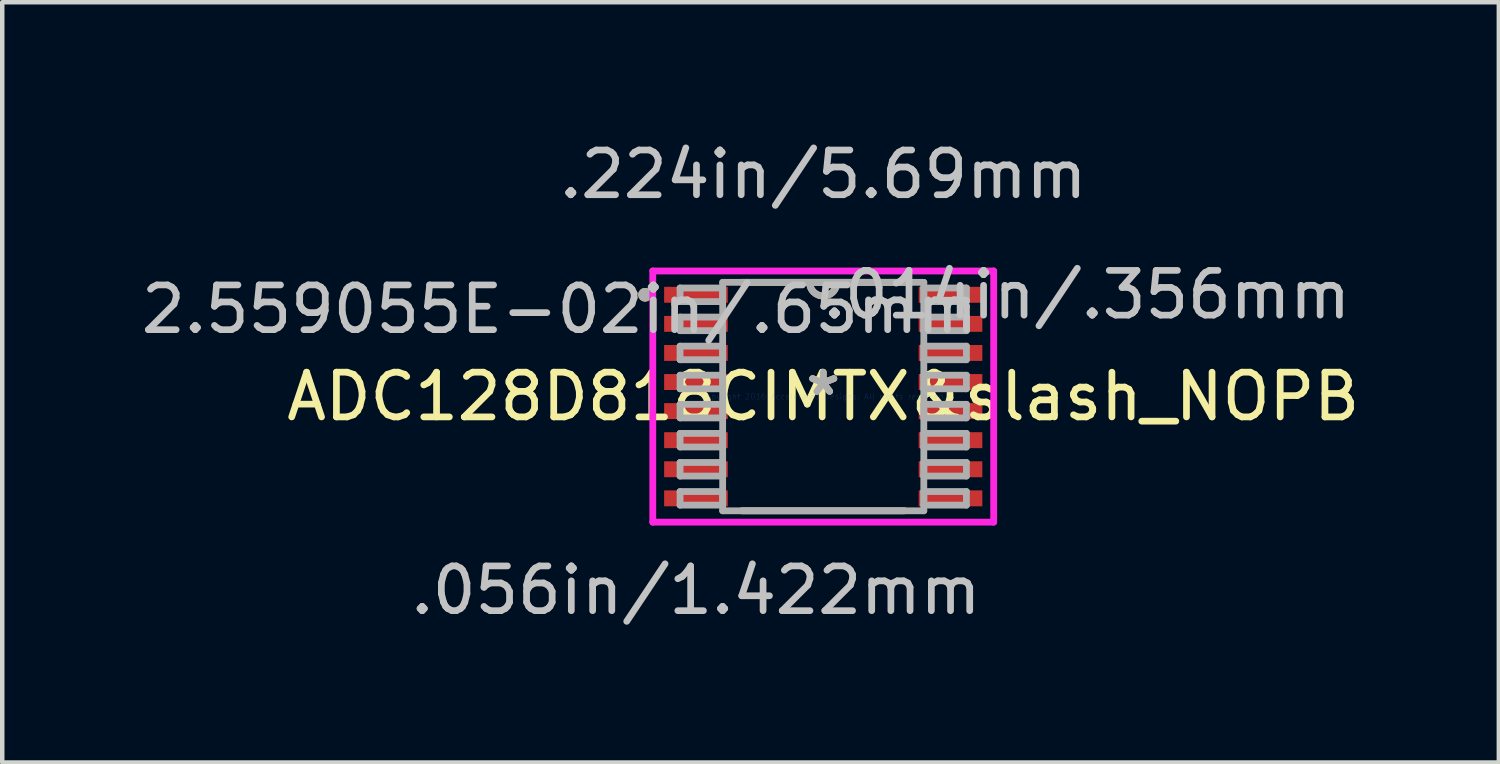
<source format=kicad_pcb>
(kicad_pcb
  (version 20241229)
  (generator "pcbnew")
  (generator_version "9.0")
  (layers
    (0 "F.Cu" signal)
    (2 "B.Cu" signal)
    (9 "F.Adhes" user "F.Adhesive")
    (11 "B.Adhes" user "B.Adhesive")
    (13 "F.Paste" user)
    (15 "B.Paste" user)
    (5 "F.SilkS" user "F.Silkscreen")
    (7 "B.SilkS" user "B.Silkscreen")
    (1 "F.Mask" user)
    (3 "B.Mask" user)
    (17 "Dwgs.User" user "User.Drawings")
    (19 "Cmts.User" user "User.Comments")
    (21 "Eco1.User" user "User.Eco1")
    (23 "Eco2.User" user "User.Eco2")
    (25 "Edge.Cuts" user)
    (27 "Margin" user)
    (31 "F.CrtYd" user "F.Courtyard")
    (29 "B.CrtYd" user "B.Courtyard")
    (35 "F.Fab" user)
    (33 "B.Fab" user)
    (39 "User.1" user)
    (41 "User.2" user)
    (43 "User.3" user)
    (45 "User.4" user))
  (footprint "ADC128D818CIMTX&slash_NOPB"
    (layer "F.Cu")
    (at 15.351 5.814)
    (property "Reference" "ADC128D818CIMTX&slash_NOPB" (at 0 0 0) (layer "F.SilkS") (effects (font (size 1 1) (thickness 0.15))))
    (attr through_hole)
    (fp_line (start -1.816 2.553) (end 1.816 2.553) (stroke (width 0.152) (type solid)) (layer "F.SilkS"))
    (fp_line (start 1.816 -2.553) (end -1.816 -2.553) (stroke (width 0.152) (type solid)) (layer "F.SilkS"))
    (fp_arc (start 0.3048 -2.5527) (mid 0 -2.2479) (end -0.3048 -2.5527) (stroke (width 0.1524) (type solid)) (layer "F.SilkS"))
    (fp_circle (center -3.983 -2.275) (end -3.906 -2.275) (stroke (width 0.152) (type solid)) (fill no) (layer "F.SilkS"))
    (fp_line (start -3.81 -2.807) (end 3.81 -2.807) (stroke (width 0.152) (type solid)) (layer "F.CrtYd"))
    (fp_line (start -3.81 2.807) (end -3.81 -2.807) (stroke (width 0.152) (type solid)) (layer "F.CrtYd"))
    (fp_line (start 3.81 -2.807) (end 3.81 2.807) (stroke (width 0.152) (type solid)) (layer "F.CrtYd"))
    (fp_line (start 3.81 2.807) (end -3.81 2.807) (stroke (width 0.152) (type solid)) (layer "F.CrtYd"))
    (fp_line (start -3.2 -2.427) (end -3.2 -2.123) (stroke (width 0.152) (type solid)) (layer "F.Fab"))
    (fp_line (start -3.2 -2.123) (end -2.248 -2.123) (stroke (width 0.152) (type solid)) (layer "F.Fab"))
    (fp_line (start -3.2 -1.777) (end -3.2 -1.473) (stroke (width 0.152) (type solid)) (layer "F.Fab"))
    (fp_line (start -3.2 -1.473) (end -2.248 -1.473) (stroke (width 0.152) (type solid)) (layer "F.Fab"))
    (fp_line (start -3.2 -1.127) (end -3.2 -0.823) (stroke (width 0.152) (type solid)) (layer "F.Fab"))
    (fp_line (start -3.2 -0.823) (end -2.248 -0.823) (stroke (width 0.152) (type solid)) (layer "F.Fab"))
    (fp_line (start -3.2 -0.477) (end -3.2 -0.173) (stroke (width 0.152) (type solid)) (layer "F.Fab"))
    (fp_line (start -3.2 -0.173) (end -2.248 -0.173) (stroke (width 0.152) (type solid)) (layer "F.Fab"))
    (fp_line (start -3.2 0.173) (end -3.2 0.477) (stroke (width 0.152) (type solid)) (layer "F.Fab"))
    (fp_line (start -3.2 0.477) (end -2.248 0.477) (stroke (width 0.152) (type solid)) (layer "F.Fab"))
    (fp_line (start -3.2 0.823) (end -3.2 1.127) (stroke (width 0.152) (type solid)) (layer "F.Fab"))
    (fp_line (start -3.2 1.127) (end -2.248 1.127) (stroke (width 0.152) (type solid)) (layer "F.Fab"))
    (fp_line (start -3.2 1.473) (end -3.2 1.777) (stroke (width 0.152) (type solid)) (layer "F.Fab"))
    (fp_line (start -3.2 1.777) (end -2.248 1.777) (stroke (width 0.152) (type solid)) (layer "F.Fab"))
    (fp_line (start -3.2 2.123) (end -3.2 2.427) (stroke (width 0.152) (type solid)) (layer "F.Fab"))
    (fp_line (start -3.2 2.427) (end -2.248 2.427) (stroke (width 0.152) (type solid)) (layer "F.Fab"))
    (fp_line (start -2.248 -2.553) (end -2.248 2.553) (stroke (width 0.152) (type solid)) (layer "F.Fab"))
    (fp_line (start -2.248 -2.427) (end -3.2 -2.427) (stroke (width 0.152) (type solid)) (layer "F.Fab"))
    (fp_line (start -2.248 -2.123) (end -2.248 -2.427) (stroke (width 0.152) (type solid)) (layer "F.Fab"))
    (fp_line (start -2.248 -1.777) (end -3.2 -1.777) (stroke (width 0.152) (type solid)) (layer "F.Fab"))
    (fp_line (start -2.248 -1.473) (end -2.248 -1.777) (stroke (width 0.152) (type solid)) (layer "F.Fab"))
    (fp_line (start -2.248 -1.127) (end -3.2 -1.127) (stroke (width 0.152) (type solid)) (layer "F.Fab"))
    (fp_line (start -2.248 -0.823) (end -2.248 -1.127) (stroke (width 0.152) (type solid)) (layer "F.Fab"))
    (fp_line (start -2.248 -0.477) (end -3.2 -0.477) (stroke (width 0.152) (type solid)) (layer "F.Fab"))
    (fp_line (start -2.248 -0.173) (end -2.248 -0.477) (stroke (width 0.152) (type solid)) (layer "F.Fab"))
    (fp_line (start -2.248 0.173) (end -3.2 0.173) (stroke (width 0.152) (type solid)) (layer "F.Fab"))
    (fp_line (start -2.248 0.477) (end -2.248 0.173) (stroke (width 0.152) (type solid)) (layer "F.Fab"))
    (fp_line (start -2.248 0.823) (end -3.2 0.823) (stroke (width 0.152) (type solid)) (layer "F.Fab"))
    (fp_line (start -2.248 1.127) (end -2.248 0.823) (stroke (width 0.152) (type solid)) (layer "F.Fab"))
    (fp_line (start -2.248 1.473) (end -3.2 1.473) (stroke (width 0.152) (type solid)) (layer "F.Fab"))
    (fp_line (start -2.248 1.777) (end -2.248 1.473) (stroke (width 0.152) (type solid)) (layer "F.Fab"))
    (fp_line (start -2.248 2.123) (end -3.2 2.123) (stroke (width 0.152) (type solid)) (layer "F.Fab"))
    (fp_line (start -2.248 2.427) (end -2.248 2.123) (stroke (width 0.152) (type solid)) (layer "F.Fab"))
    (fp_line (start -2.248 2.553) (end 2.248 2.553) (stroke (width 0.152) (type solid)) (layer "F.Fab"))
    (fp_line (start 2.248 -2.553) (end -2.248 -2.553) (stroke (width 0.152) (type solid)) (layer "F.Fab"))
    (fp_line (start 2.248 -2.427) (end 2.248 -2.123) (stroke (width 0.152) (type solid)) (layer "F.Fab"))
    (fp_line (start 2.248 -2.123) (end 3.2 -2.123) (stroke (width 0.152) (type solid)) (layer "F.Fab"))
    (fp_line (start 2.248 -1.777) (end 2.248 -1.473) (stroke (width 0.152) (type solid)) (layer "F.Fab"))
    (fp_line (start 2.248 -1.473) (end 3.2 -1.473) (stroke (width 0.152) (type solid)) (layer "F.Fab"))
    (fp_line (start 2.248 -1.127) (end 2.248 -0.823) (stroke (width 0.152) (type solid)) (layer "F.Fab"))
    (fp_line (start 2.248 -0.823) (end 3.2 -0.823) (stroke (width 0.152) (type solid)) (layer "F.Fab"))
    (fp_line (start 2.248 -0.477) (end 2.248 -0.173) (stroke (width 0.152) (type solid)) (layer "F.Fab"))
    (fp_line (start 2.248 -0.173) (end 3.2 -0.173) (stroke (width 0.152) (type solid)) (layer "F.Fab"))
    (fp_line (start 2.248 0.173) (end 2.248 0.477) (stroke (width 0.152) (type solid)) (layer "F.Fab"))
    (fp_line (start 2.248 0.477) (end 3.2 0.477) (stroke (width 0.152) (type solid)) (layer "F.Fab"))
    (fp_line (start 2.248 0.823) (end 2.248 1.127) (stroke (width 0.152) (type solid)) (layer "F.Fab"))
    (fp_line (start 2.248 1.127) (end 3.2 1.127) (stroke (width 0.152) (type solid)) (layer "F.Fab"))
    (fp_line (start 2.248 1.473) (end 2.248 1.777) (stroke (width 0.152) (type solid)) (layer "F.Fab"))
    (fp_line (start 2.248 1.777) (end 3.2 1.777) (stroke (width 0.152) (type solid)) (layer "F.Fab"))
    (fp_line (start 2.248 2.123) (end 2.248 2.427) (stroke (width 0.152) (type solid)) (layer "F.Fab"))
    (fp_line (start 2.248 2.427) (end 3.2 2.427) (stroke (width 0.152) (type solid)) (layer "F.Fab"))
    (fp_line (start 2.248 2.553) (end 2.248 -2.553) (stroke (width 0.152) (type solid)) (layer "F.Fab"))
    (fp_line (start 3.2 -2.427) (end 2.248 -2.427) (stroke (width 0.152) (type solid)) (layer "F.Fab"))
    (fp_line (start 3.2 -2.123) (end 3.2 -2.427) (stroke (width 0.152) (type solid)) (layer "F.Fab"))
    (fp_line (start 3.2 -1.777) (end 2.248 -1.777) (stroke (width 0.152) (type solid)) (layer "F.Fab"))
    (fp_line (start 3.2 -1.473) (end 3.2 -1.777) (stroke (width 0.152) (type solid)) (layer "F.Fab"))
    (fp_line (start 3.2 -1.127) (end 2.248 -1.127) (stroke (width 0.152) (type solid)) (layer "F.Fab"))
    (fp_line (start 3.2 -0.823) (end 3.2 -1.127) (stroke (width 0.152) (type solid)) (layer "F.Fab"))
    (fp_line (start 3.2 -0.477) (end 2.248 -0.477) (stroke (width 0.152) (type solid)) (layer "F.Fab"))
    (fp_line (start 3.2 -0.173) (end 3.2 -0.477) (stroke (width 0.152) (type solid)) (layer "F.Fab"))
    (fp_line (start 3.2 0.173) (end 2.248 0.173) (stroke (width 0.152) (type solid)) (layer "F.Fab"))
    (fp_line (start 3.2 0.477) (end 3.2 0.173) (stroke (width 0.152) (type solid)) (layer "F.Fab"))
    (fp_line (start 3.2 0.823) (end 2.248 0.823) (stroke (width 0.152) (type solid)) (layer "F.Fab"))
    (fp_line (start 3.2 1.127) (end 3.2 0.823) (stroke (width 0.152) (type solid)) (layer "F.Fab"))
    (fp_line (start 3.2 1.473) (end 2.248 1.473) (stroke (width 0.152) (type solid)) (layer "F.Fab"))
    (fp_line (start 3.2 1.777) (end 3.2 1.473) (stroke (width 0.152) (type solid)) (layer "F.Fab"))
    (fp_line (start 3.2 2.123) (end 2.248 2.123) (stroke (width 0.152) (type solid)) (layer "F.Fab"))
    (fp_line (start 3.2 2.427) (end 3.2 2.123) (stroke (width 0.152) (type solid)) (layer "F.Fab"))
    (fp_arc (start 0.3048 -2.5527) (mid 0 -2.2479) (end -0.3048 -2.5527) (stroke (width 0.1524) (type solid)) (layer "F.Fab"))
    (fp_circle (center -3.983 -2.275) (end -3.906 -2.275) (stroke (width 0.152) (type solid)) (fill no) (layer "F.Fab"))
    (fp_text user "*" (at 0 0 0) (layer "F.SilkS") (effects (font (size 1 1) (thickness 0.15))))
    (fp_text user "2.559055E-02in/.65mm" (at -5.893 -1.95 0) (layer "Dwgs.User") (effects (font (size 1 1) (thickness 0.15))))
    (fp_text user ".224in/5.69mm" (at 0 -4.966 0) (layer "Dwgs.User") (effects (font (size 1 1) (thickness 0.15))))
    (fp_text user ".014in/.356mm" (at 5.893 -2.275 0) (layer "Dwgs.User") (effects (font (size 1 1) (thickness 0.15))))
    (fp_text user ".056in/1.422mm" (at -2.845 4.331 0) (layer "Dwgs.User") (effects (font (size 1 1) (thickness 0.15))))
    (fp_text user "Copyright 2016 Accelerated Designs. All rights reserved." (at 0 0 0) (layer "Cmts.User") (effects (font (size 0.127 0.127) (thickness 0.002))))
    (fp_text user "*" (at 0 0 0) (layer "F.Fab") (effects (font (size 1 1) (thickness 0.15))))
    (pad "1" smd rect (at -2.845 -2.275) (size 1.422 0.356) (layers "F.Cu" "F.Mask" "F.Paste"))
    (pad "2" smd rect (at -2.845 -1.625) (size 1.422 0.356) (layers "F.Cu" "F.Mask" "F.Paste"))
    (pad "3" smd rect (at -2.845 -0.975) (size 1.422 0.356) (layers "F.Cu" "F.Mask" "F.Paste"))
    (pad "4" smd rect (at -2.845 -0.325) (size 1.422 0.356) (layers "F.Cu" "F.Mask" "F.Paste"))
    (pad "5" smd rect (at -2.845 0.325) (size 1.422 0.356) (layers "F.Cu" "F.Mask" "F.Paste"))
    (pad "6" smd rect (at -2.845 0.975) (size 1.422 0.356) (layers "F.Cu" "F.Mask" "F.Paste"))
    (pad "7" smd rect (at -2.845 1.625) (size 1.422 0.356) (layers "F.Cu" "F.Mask" "F.Paste"))
    (pad "8" smd rect (at -2.845 2.275) (size 1.422 0.356) (layers "F.Cu" "F.Mask" "F.Paste"))
    (pad "9" smd rect (at 2.845 2.275) (size 1.422 0.356) (layers "F.Cu" "F.Mask" "F.Paste"))
    (pad "10" smd rect (at 2.845 1.625) (size 1.422 0.356) (layers "F.Cu" "F.Mask" "F.Paste"))
    (pad "11" smd rect (at 2.845 0.975) (size 1.422 0.356) (layers "F.Cu" "F.Mask" "F.Paste"))
    (pad "12" smd rect (at 2.845 0.325) (size 1.422 0.356) (layers "F.Cu" "F.Mask" "F.Paste"))
    (pad "13" smd rect (at 2.845 -0.325) (size 1.422 0.356) (layers "F.Cu" "F.Mask" "F.Paste"))
    (pad "14" smd rect (at 2.845 -0.975) (size 1.422 0.356) (layers "F.Cu" "F.Mask" "F.Paste"))
    (pad "15" smd rect (at 2.845 -1.625) (size 1.422 0.356) (layers "F.Cu" "F.Mask" "F.Paste"))
    (pad "16" smd rect (at 2.845 -2.275) (size 1.422 0.356) (layers "F.Cu" "F.Mask" "F.Paste")))
  (gr_rect
    (start -3 -3)
    (end 30.452 13.993)
    (stroke (width 0.1) (type default))
    (fill no)
    (layer "Edge.Cuts")))
</source>
